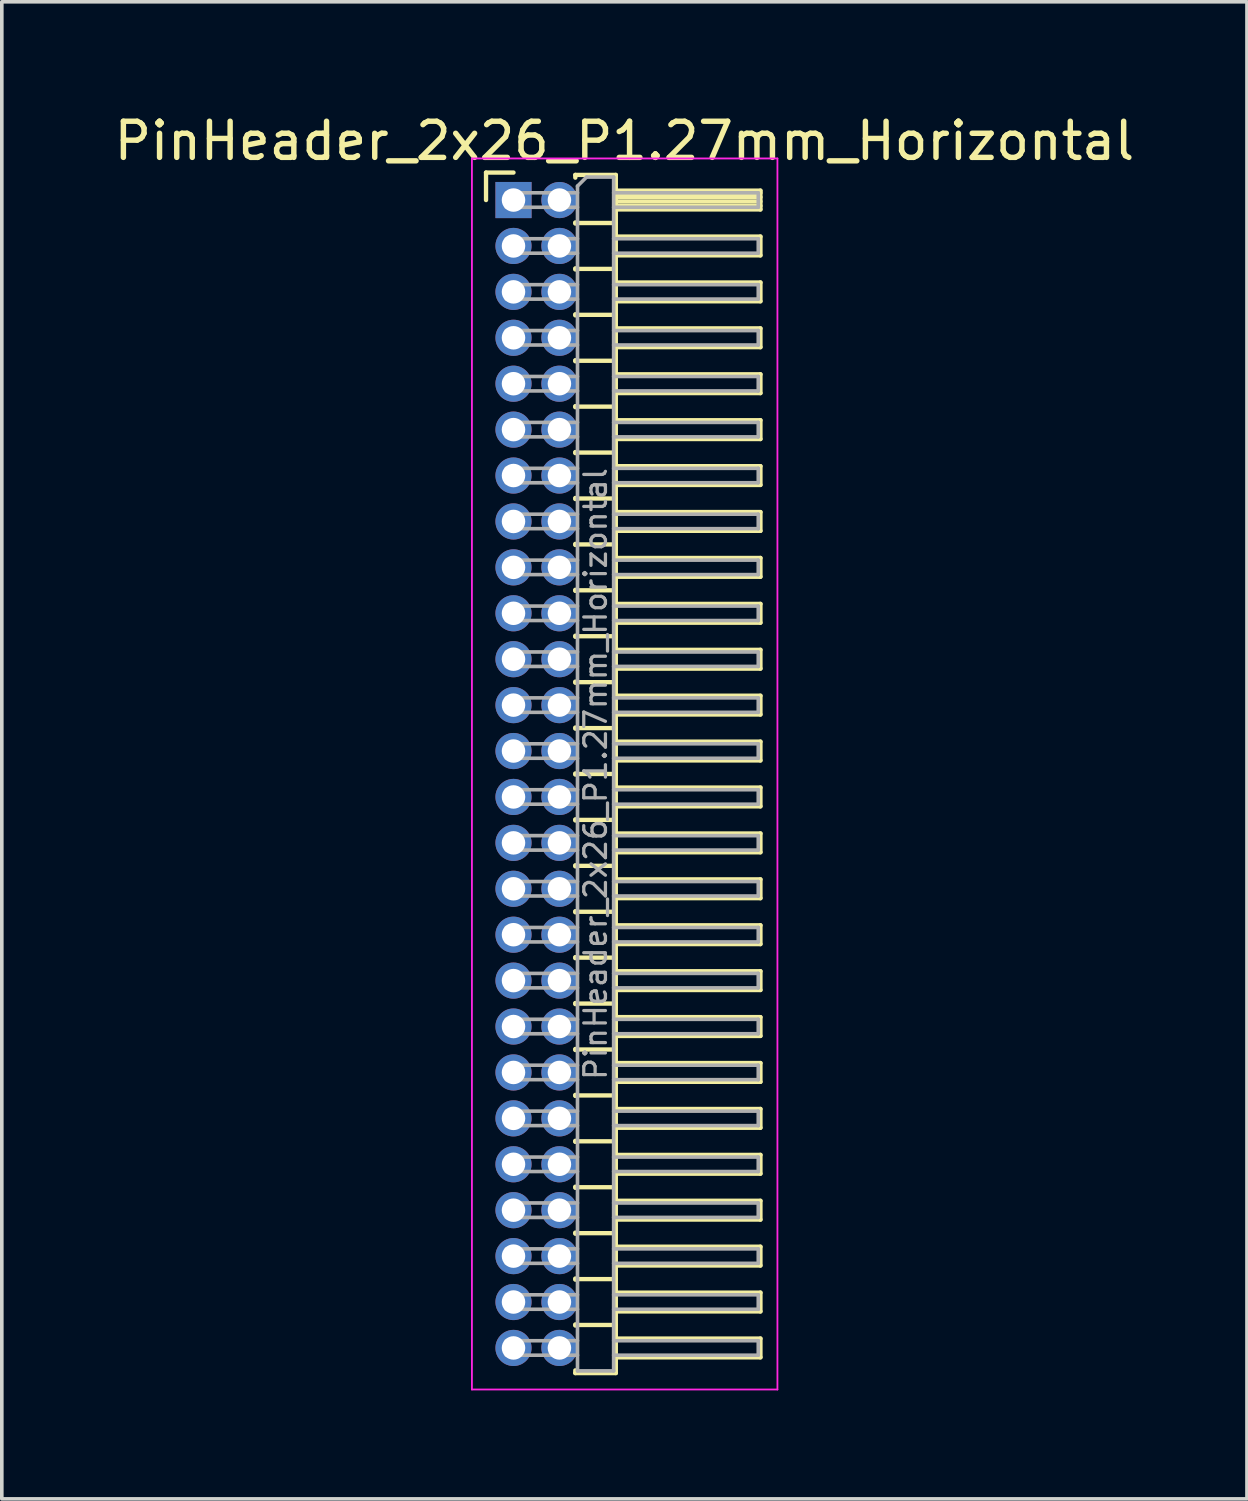
<source format=kicad_pcb>
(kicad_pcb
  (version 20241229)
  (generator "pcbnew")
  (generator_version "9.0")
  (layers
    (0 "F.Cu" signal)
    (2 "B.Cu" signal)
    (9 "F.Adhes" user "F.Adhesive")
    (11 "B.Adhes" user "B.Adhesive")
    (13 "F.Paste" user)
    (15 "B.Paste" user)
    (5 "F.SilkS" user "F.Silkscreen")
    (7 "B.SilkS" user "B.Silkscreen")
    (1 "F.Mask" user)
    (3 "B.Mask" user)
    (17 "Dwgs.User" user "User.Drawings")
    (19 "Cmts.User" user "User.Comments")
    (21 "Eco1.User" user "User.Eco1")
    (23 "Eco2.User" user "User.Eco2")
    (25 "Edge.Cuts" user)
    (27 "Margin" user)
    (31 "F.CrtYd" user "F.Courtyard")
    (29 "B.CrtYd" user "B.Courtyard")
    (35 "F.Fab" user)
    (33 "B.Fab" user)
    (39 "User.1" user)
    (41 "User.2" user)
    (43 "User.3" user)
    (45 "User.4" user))
  (footprint "PinHeader_2x26_P1.27mm_Horizontal"
    (layer "F.Cu")
    (at 11.153 2.483)
    (property "Reference" "PinHeader_2x26_P1.27mm_Horizontal" (at 3.067 -1.635 0) (layer "F.SilkS") (effects (font (size 1 1) (thickness 0.15))))
    (attr through_hole)
    (fp_line (start -0.76 -0.76) (end 0 -0.76) (stroke (width 0.12) (type solid)) (layer "F.SilkS"))
    (fp_line (start -0.76 0) (end -0.76 -0.76) (stroke (width 0.12) (type solid)) (layer "F.SilkS"))
    (fp_line (start 1.71 -0.695) (end 2.83 -0.695) (stroke (width 0.12) (type solid)) (layer "F.SilkS"))
    (fp_line (start 1.71 -0.62) (end 1.71 -0.695) (stroke (width 0.12) (type solid)) (layer "F.SilkS"))
    (fp_line (start 1.71 0.62) (end 1.71 0.65) (stroke (width 0.12) (type solid)) (layer "F.SilkS"))
    (fp_line (start 1.71 0.635) (end 2.83 0.635) (stroke (width 0.12) (type solid)) (layer "F.SilkS"))
    (fp_line (start 1.71 1.89) (end 1.71 1.92) (stroke (width 0.12) (type solid)) (layer "F.SilkS"))
    (fp_line (start 1.71 1.905) (end 2.83 1.905) (stroke (width 0.12) (type solid)) (layer "F.SilkS"))
    (fp_line (start 1.71 3.16) (end 1.71 3.19) (stroke (width 0.12) (type solid)) (layer "F.SilkS"))
    (fp_line (start 1.71 3.175) (end 2.83 3.175) (stroke (width 0.12) (type solid)) (layer "F.SilkS"))
    (fp_line (start 1.71 4.43) (end 1.71 4.46) (stroke (width 0.12) (type solid)) (layer "F.SilkS"))
    (fp_line (start 1.71 4.445) (end 2.83 4.445) (stroke (width 0.12) (type solid)) (layer "F.SilkS"))
    (fp_line (start 1.71 5.7) (end 1.71 5.73) (stroke (width 0.12) (type solid)) (layer "F.SilkS"))
    (fp_line (start 1.71 5.715) (end 2.83 5.715) (stroke (width 0.12) (type solid)) (layer "F.SilkS"))
    (fp_line (start 1.71 6.97) (end 1.71 7) (stroke (width 0.12) (type solid)) (layer "F.SilkS"))
    (fp_line (start 1.71 6.985) (end 2.83 6.985) (stroke (width 0.12) (type solid)) (layer "F.SilkS"))
    (fp_line (start 1.71 8.24) (end 1.71 8.27) (stroke (width 0.12) (type solid)) (layer "F.SilkS"))
    (fp_line (start 1.71 8.255) (end 2.83 8.255) (stroke (width 0.12) (type solid)) (layer "F.SilkS"))
    (fp_line (start 1.71 9.51) (end 1.71 9.54) (stroke (width 0.12) (type solid)) (layer "F.SilkS"))
    (fp_line (start 1.71 9.525) (end 2.83 9.525) (stroke (width 0.12) (type solid)) (layer "F.SilkS"))
    (fp_line (start 1.71 10.78) (end 1.71 10.81) (stroke (width 0.12) (type solid)) (layer "F.SilkS"))
    (fp_line (start 1.71 10.795) (end 2.83 10.795) (stroke (width 0.12) (type solid)) (layer "F.SilkS"))
    (fp_line (start 1.71 12.05) (end 1.71 12.08) (stroke (width 0.12) (type solid)) (layer "F.SilkS"))
    (fp_line (start 1.71 12.065) (end 2.83 12.065) (stroke (width 0.12) (type solid)) (layer "F.SilkS"))
    (fp_line (start 1.71 13.32) (end 1.71 13.35) (stroke (width 0.12) (type solid)) (layer "F.SilkS"))
    (fp_line (start 1.71 13.335) (end 2.83 13.335) (stroke (width 0.12) (type solid)) (layer "F.SilkS"))
    (fp_line (start 1.71 14.59) (end 1.71 14.62) (stroke (width 0.12) (type solid)) (layer "F.SilkS"))
    (fp_line (start 1.71 14.605) (end 2.83 14.605) (stroke (width 0.12) (type solid)) (layer "F.SilkS"))
    (fp_line (start 1.71 15.86) (end 1.71 15.89) (stroke (width 0.12) (type solid)) (layer "F.SilkS"))
    (fp_line (start 1.71 15.875) (end 2.83 15.875) (stroke (width 0.12) (type solid)) (layer "F.SilkS"))
    (fp_line (start 1.71 17.13) (end 1.71 17.16) (stroke (width 0.12) (type solid)) (layer "F.SilkS"))
    (fp_line (start 1.71 17.145) (end 2.83 17.145) (stroke (width 0.12) (type solid)) (layer "F.SilkS"))
    (fp_line (start 1.71 18.4) (end 1.71 18.43) (stroke (width 0.12) (type solid)) (layer "F.SilkS"))
    (fp_line (start 1.71 18.415) (end 2.83 18.415) (stroke (width 0.12) (type solid)) (layer "F.SilkS"))
    (fp_line (start 1.71 19.67) (end 1.71 19.7) (stroke (width 0.12) (type solid)) (layer "F.SilkS"))
    (fp_line (start 1.71 19.685) (end 2.83 19.685) (stroke (width 0.12) (type solid)) (layer "F.SilkS"))
    (fp_line (start 1.71 20.94) (end 1.71 20.97) (stroke (width 0.12) (type solid)) (layer "F.SilkS"))
    (fp_line (start 1.71 20.955) (end 2.83 20.955) (stroke (width 0.12) (type solid)) (layer "F.SilkS"))
    (fp_line (start 1.71 22.21) (end 1.71 22.24) (stroke (width 0.12) (type solid)) (layer "F.SilkS"))
    (fp_line (start 1.71 22.225) (end 2.83 22.225) (stroke (width 0.12) (type solid)) (layer "F.SilkS"))
    (fp_line (start 1.71 23.48) (end 1.71 23.51) (stroke (width 0.12) (type solid)) (layer "F.SilkS"))
    (fp_line (start 1.71 23.495) (end 2.83 23.495) (stroke (width 0.12) (type solid)) (layer "F.SilkS"))
    (fp_line (start 1.71 24.75) (end 1.71 24.78) (stroke (width 0.12) (type solid)) (layer "F.SilkS"))
    (fp_line (start 1.71 24.765) (end 2.83 24.765) (stroke (width 0.12) (type solid)) (layer "F.SilkS"))
    (fp_line (start 1.71 26.02) (end 1.71 26.05) (stroke (width 0.12) (type solid)) (layer "F.SilkS"))
    (fp_line (start 1.71 26.035) (end 2.83 26.035) (stroke (width 0.12) (type solid)) (layer "F.SilkS"))
    (fp_line (start 1.71 27.29) (end 1.71 27.32) (stroke (width 0.12) (type solid)) (layer "F.SilkS"))
    (fp_line (start 1.71 27.305) (end 2.83 27.305) (stroke (width 0.12) (type solid)) (layer "F.SilkS"))
    (fp_line (start 1.71 28.56) (end 1.71 28.59) (stroke (width 0.12) (type solid)) (layer "F.SilkS"))
    (fp_line (start 1.71 28.575) (end 2.83 28.575) (stroke (width 0.12) (type solid)) (layer "F.SilkS"))
    (fp_line (start 1.71 29.83) (end 1.71 29.86) (stroke (width 0.12) (type solid)) (layer "F.SilkS"))
    (fp_line (start 1.71 29.845) (end 2.83 29.845) (stroke (width 0.12) (type solid)) (layer "F.SilkS"))
    (fp_line (start 1.71 31.1) (end 1.71 31.13) (stroke (width 0.12) (type solid)) (layer "F.SilkS"))
    (fp_line (start 1.71 31.115) (end 2.83 31.115) (stroke (width 0.12) (type solid)) (layer "F.SilkS"))
    (fp_line (start 1.71 32.445) (end 1.71 32.37) (stroke (width 0.12) (type solid)) (layer "F.SilkS"))
    (fp_line (start 2.83 -0.695) (end 2.83 32.445) (stroke (width 0.12) (type solid)) (layer "F.SilkS"))
    (fp_line (start 2.83 -0.26) (end 6.83 -0.26) (stroke (width 0.12) (type solid)) (layer "F.SilkS"))
    (fp_line (start 2.83 -0.2) (end 6.83 -0.2) (stroke (width 0.12) (type solid)) (layer "F.SilkS"))
    (fp_line (start 2.83 -0.08) (end 6.83 -0.08) (stroke (width 0.12) (type solid)) (layer "F.SilkS"))
    (fp_line (start 2.83 0.04) (end 6.83 0.04) (stroke (width 0.12) (type solid)) (layer "F.SilkS"))
    (fp_line (start 2.83 0.16) (end 6.83 0.16) (stroke (width 0.12) (type solid)) (layer "F.SilkS"))
    (fp_line (start 2.83 1.01) (end 6.83 1.01) (stroke (width 0.12) (type solid)) (layer "F.SilkS"))
    (fp_line (start 2.83 2.28) (end 6.83 2.28) (stroke (width 0.12) (type solid)) (layer "F.SilkS"))
    (fp_line (start 2.83 3.55) (end 6.83 3.55) (stroke (width 0.12) (type solid)) (layer "F.SilkS"))
    (fp_line (start 2.83 4.82) (end 6.83 4.82) (stroke (width 0.12) (type solid)) (layer "F.SilkS"))
    (fp_line (start 2.83 6.09) (end 6.83 6.09) (stroke (width 0.12) (type solid)) (layer "F.SilkS"))
    (fp_line (start 2.83 7.36) (end 6.83 7.36) (stroke (width 0.12) (type solid)) (layer "F.SilkS"))
    (fp_line (start 2.83 8.63) (end 6.83 8.63) (stroke (width 0.12) (type solid)) (layer "F.SilkS"))
    (fp_line (start 2.83 9.9) (end 6.83 9.9) (stroke (width 0.12) (type solid)) (layer "F.SilkS"))
    (fp_line (start 2.83 11.17) (end 6.83 11.17) (stroke (width 0.12) (type solid)) (layer "F.SilkS"))
    (fp_line (start 2.83 12.44) (end 6.83 12.44) (stroke (width 0.12) (type solid)) (layer "F.SilkS"))
    (fp_line (start 2.83 13.71) (end 6.83 13.71) (stroke (width 0.12) (type solid)) (layer "F.SilkS"))
    (fp_line (start 2.83 14.98) (end 6.83 14.98) (stroke (width 0.12) (type solid)) (layer "F.SilkS"))
    (fp_line (start 2.83 16.25) (end 6.83 16.25) (stroke (width 0.12) (type solid)) (layer "F.SilkS"))
    (fp_line (start 2.83 17.52) (end 6.83 17.52) (stroke (width 0.12) (type solid)) (layer "F.SilkS"))
    (fp_line (start 2.83 18.79) (end 6.83 18.79) (stroke (width 0.12) (type solid)) (layer "F.SilkS"))
    (fp_line (start 2.83 20.06) (end 6.83 20.06) (stroke (width 0.12) (type solid)) (layer "F.SilkS"))
    (fp_line (start 2.83 21.33) (end 6.83 21.33) (stroke (width 0.12) (type solid)) (layer "F.SilkS"))
    (fp_line (start 2.83 22.6) (end 6.83 22.6) (stroke (width 0.12) (type solid)) (layer "F.SilkS"))
    (fp_line (start 2.83 23.87) (end 6.83 23.87) (stroke (width 0.12) (type solid)) (layer "F.SilkS"))
    (fp_line (start 2.83 25.14) (end 6.83 25.14) (stroke (width 0.12) (type solid)) (layer "F.SilkS"))
    (fp_line (start 2.83 26.41) (end 6.83 26.41) (stroke (width 0.12) (type solid)) (layer "F.SilkS"))
    (fp_line (start 2.83 27.68) (end 6.83 27.68) (stroke (width 0.12) (type solid)) (layer "F.SilkS"))
    (fp_line (start 2.83 28.95) (end 6.83 28.95) (stroke (width 0.12) (type solid)) (layer "F.SilkS"))
    (fp_line (start 2.83 30.22) (end 6.83 30.22) (stroke (width 0.12) (type solid)) (layer "F.SilkS"))
    (fp_line (start 2.83 31.49) (end 6.83 31.49) (stroke (width 0.12) (type solid)) (layer "F.SilkS"))
    (fp_line (start 2.83 32.445) (end 1.71 32.445) (stroke (width 0.12) (type solid)) (layer "F.SilkS"))
    (fp_line (start 6.83 -0.26) (end 6.83 0.26) (stroke (width 0.12) (type solid)) (layer "F.SilkS"))
    (fp_line (start 6.83 0.26) (end 2.83 0.26) (stroke (width 0.12) (type solid)) (layer "F.SilkS"))
    (fp_line (start 6.83 1.01) (end 6.83 1.53) (stroke (width 0.12) (type solid)) (layer "F.SilkS"))
    (fp_line (start 6.83 1.53) (end 2.83 1.53) (stroke (width 0.12) (type solid)) (layer "F.SilkS"))
    (fp_line (start 6.83 2.28) (end 6.83 2.8) (stroke (width 0.12) (type solid)) (layer "F.SilkS"))
    (fp_line (start 6.83 2.8) (end 2.83 2.8) (stroke (width 0.12) (type solid)) (layer "F.SilkS"))
    (fp_line (start 6.83 3.55) (end 6.83 4.07) (stroke (width 0.12) (type solid)) (layer "F.SilkS"))
    (fp_line (start 6.83 4.07) (end 2.83 4.07) (stroke (width 0.12) (type solid)) (layer "F.SilkS"))
    (fp_line (start 6.83 4.82) (end 6.83 5.34) (stroke (width 0.12) (type solid)) (layer "F.SilkS"))
    (fp_line (start 6.83 5.34) (end 2.83 5.34) (stroke (width 0.12) (type solid)) (layer "F.SilkS"))
    (fp_line (start 6.83 6.09) (end 6.83 6.61) (stroke (width 0.12) (type solid)) (layer "F.SilkS"))
    (fp_line (start 6.83 6.61) (end 2.83 6.61) (stroke (width 0.12) (type solid)) (layer "F.SilkS"))
    (fp_line (start 6.83 7.36) (end 6.83 7.88) (stroke (width 0.12) (type solid)) (layer "F.SilkS"))
    (fp_line (start 6.83 7.88) (end 2.83 7.88) (stroke (width 0.12) (type solid)) (layer "F.SilkS"))
    (fp_line (start 6.83 8.63) (end 6.83 9.15) (stroke (width 0.12) (type solid)) (layer "F.SilkS"))
    (fp_line (start 6.83 9.15) (end 2.83 9.15) (stroke (width 0.12) (type solid)) (layer "F.SilkS"))
    (fp_line (start 6.83 9.9) (end 6.83 10.42) (stroke (width 0.12) (type solid)) (layer "F.SilkS"))
    (fp_line (start 6.83 10.42) (end 2.83 10.42) (stroke (width 0.12) (type solid)) (layer "F.SilkS"))
    (fp_line (start 6.83 11.17) (end 6.83 11.69) (stroke (width 0.12) (type solid)) (layer "F.SilkS"))
    (fp_line (start 6.83 11.69) (end 2.83 11.69) (stroke (width 0.12) (type solid)) (layer "F.SilkS"))
    (fp_line (start 6.83 12.44) (end 6.83 12.96) (stroke (width 0.12) (type solid)) (layer "F.SilkS"))
    (fp_line (start 6.83 12.96) (end 2.83 12.96) (stroke (width 0.12) (type solid)) (layer "F.SilkS"))
    (fp_line (start 6.83 13.71) (end 6.83 14.23) (stroke (width 0.12) (type solid)) (layer "F.SilkS"))
    (fp_line (start 6.83 14.23) (end 2.83 14.23) (stroke (width 0.12) (type solid)) (layer "F.SilkS"))
    (fp_line (start 6.83 14.98) (end 6.83 15.5) (stroke (width 0.12) (type solid)) (layer "F.SilkS"))
    (fp_line (start 6.83 15.5) (end 2.83 15.5) (stroke (width 0.12) (type solid)) (layer "F.SilkS"))
    (fp_line (start 6.83 16.25) (end 6.83 16.77) (stroke (width 0.12) (type solid)) (layer "F.SilkS"))
    (fp_line (start 6.83 16.77) (end 2.83 16.77) (stroke (width 0.12) (type solid)) (layer "F.SilkS"))
    (fp_line (start 6.83 17.52) (end 6.83 18.04) (stroke (width 0.12) (type solid)) (layer "F.SilkS"))
    (fp_line (start 6.83 18.04) (end 2.83 18.04) (stroke (width 0.12) (type solid)) (layer "F.SilkS"))
    (fp_line (start 6.83 18.79) (end 6.83 19.31) (stroke (width 0.12) (type solid)) (layer "F.SilkS"))
    (fp_line (start 6.83 19.31) (end 2.83 19.31) (stroke (width 0.12) (type solid)) (layer "F.SilkS"))
    (fp_line (start 6.83 20.06) (end 6.83 20.58) (stroke (width 0.12) (type solid)) (layer "F.SilkS"))
    (fp_line (start 6.83 20.58) (end 2.83 20.58) (stroke (width 0.12) (type solid)) (layer "F.SilkS"))
    (fp_line (start 6.83 21.33) (end 6.83 21.85) (stroke (width 0.12) (type solid)) (layer "F.SilkS"))
    (fp_line (start 6.83 21.85) (end 2.83 21.85) (stroke (width 0.12) (type solid)) (layer "F.SilkS"))
    (fp_line (start 6.83 22.6) (end 6.83 23.12) (stroke (width 0.12) (type solid)) (layer "F.SilkS"))
    (fp_line (start 6.83 23.12) (end 2.83 23.12) (stroke (width 0.12) (type solid)) (layer "F.SilkS"))
    (fp_line (start 6.83 23.87) (end 6.83 24.39) (stroke (width 0.12) (type solid)) (layer "F.SilkS"))
    (fp_line (start 6.83 24.39) (end 2.83 24.39) (stroke (width 0.12) (type solid)) (layer "F.SilkS"))
    (fp_line (start 6.83 25.14) (end 6.83 25.66) (stroke (width 0.12) (type solid)) (layer "F.SilkS"))
    (fp_line (start 6.83 25.66) (end 2.83 25.66) (stroke (width 0.12) (type solid)) (layer "F.SilkS"))
    (fp_line (start 6.83 26.41) (end 6.83 26.93) (stroke (width 0.12) (type solid)) (layer "F.SilkS"))
    (fp_line (start 6.83 26.93) (end 2.83 26.93) (stroke (width 0.12) (type solid)) (layer "F.SilkS"))
    (fp_line (start 6.83 27.68) (end 6.83 28.2) (stroke (width 0.12) (type solid)) (layer "F.SilkS"))
    (fp_line (start 6.83 28.2) (end 2.83 28.2) (stroke (width 0.12) (type solid)) (layer "F.SilkS"))
    (fp_line (start 6.83 28.95) (end 6.83 29.47) (stroke (width 0.12) (type solid)) (layer "F.SilkS"))
    (fp_line (start 6.83 29.47) (end 2.83 29.47) (stroke (width 0.12) (type solid)) (layer "F.SilkS"))
    (fp_line (start 6.83 30.22) (end 6.83 30.74) (stroke (width 0.12) (type solid)) (layer "F.SilkS"))
    (fp_line (start 6.83 30.74) (end 2.83 30.74) (stroke (width 0.12) (type solid)) (layer "F.SilkS"))
    (fp_line (start 6.83 31.49) (end 6.83 32.01) (stroke (width 0.12) (type solid)) (layer "F.SilkS"))
    (fp_line (start 6.83 32.01) (end 2.83 32.01) (stroke (width 0.12) (type solid)) (layer "F.SilkS"))
    (fp_line (start -1.15 -1.15) (end -1.15 32.9) (stroke (width 0.05) (type solid)) (layer "F.CrtYd"))
    (fp_line (start -1.15 32.9) (end 7.3 32.9) (stroke (width 0.05) (type solid)) (layer "F.CrtYd"))
    (fp_line (start 7.3 -1.15) (end -1.15 -1.15) (stroke (width 0.05) (type solid)) (layer "F.CrtYd"))
    (fp_line (start 7.3 32.9) (end 7.3 -1.15) (stroke (width 0.05) (type solid)) (layer "F.CrtYd"))
    (fp_line (start -0.2 -0.2) (end -0.2 0.2) (stroke (width 0.1) (type solid)) (layer "F.Fab"))
    (fp_line (start -0.2 -0.2) (end 1.77 -0.2) (stroke (width 0.1) (type solid)) (layer "F.Fab"))
    (fp_line (start -0.2 0.2) (end 1.77 0.2) (stroke (width 0.1) (type solid)) (layer "F.Fab"))
    (fp_line (start -0.2 1.07) (end -0.2 1.47) (stroke (width 0.1) (type solid)) (layer "F.Fab"))
    (fp_line (start -0.2 1.07) (end 1.77 1.07) (stroke (width 0.1) (type solid)) (layer "F.Fab"))
    (fp_line (start -0.2 1.47) (end 1.77 1.47) (stroke (width 0.1) (type solid)) (layer "F.Fab"))
    (fp_line (start -0.2 2.34) (end -0.2 2.74) (stroke (width 0.1) (type solid)) (layer "F.Fab"))
    (fp_line (start -0.2 2.34) (end 1.77 2.34) (stroke (width 0.1) (type solid)) (layer "F.Fab"))
    (fp_line (start -0.2 2.74) (end 1.77 2.74) (stroke (width 0.1) (type solid)) (layer "F.Fab"))
    (fp_line (start -0.2 3.61) (end -0.2 4.01) (stroke (width 0.1) (type solid)) (layer "F.Fab"))
    (fp_line (start -0.2 3.61) (end 1.77 3.61) (stroke (width 0.1) (type solid)) (layer "F.Fab"))
    (fp_line (start -0.2 4.01) (end 1.77 4.01) (stroke (width 0.1) (type solid)) (layer "F.Fab"))
    (fp_line (start -0.2 4.88) (end -0.2 5.28) (stroke (width 0.1) (type solid)) (layer "F.Fab"))
    (fp_line (start -0.2 4.88) (end 1.77 4.88) (stroke (width 0.1) (type solid)) (layer "F.Fab"))
    (fp_line (start -0.2 5.28) (end 1.77 5.28) (stroke (width 0.1) (type solid)) (layer "F.Fab"))
    (fp_line (start -0.2 6.15) (end -0.2 6.55) (stroke (width 0.1) (type solid)) (layer "F.Fab"))
    (fp_line (start -0.2 6.15) (end 1.77 6.15) (stroke (width 0.1) (type solid)) (layer "F.Fab"))
    (fp_line (start -0.2 6.55) (end 1.77 6.55) (stroke (width 0.1) (type solid)) (layer "F.Fab"))
    (fp_line (start -0.2 7.42) (end -0.2 7.82) (stroke (width 0.1) (type solid)) (layer "F.Fab"))
    (fp_line (start -0.2 7.42) (end 1.77 7.42) (stroke (width 0.1) (type solid)) (layer "F.Fab"))
    (fp_line (start -0.2 7.82) (end 1.77 7.82) (stroke (width 0.1) (type solid)) (layer "F.Fab"))
    (fp_line (start -0.2 8.69) (end -0.2 9.09) (stroke (width 0.1) (type solid)) (layer "F.Fab"))
    (fp_line (start -0.2 8.69) (end 1.77 8.69) (stroke (width 0.1) (type solid)) (layer "F.Fab"))
    (fp_line (start -0.2 9.09) (end 1.77 9.09) (stroke (width 0.1) (type solid)) (layer "F.Fab"))
    (fp_line (start -0.2 9.96) (end -0.2 10.36) (stroke (width 0.1) (type solid)) (layer "F.Fab"))
    (fp_line (start -0.2 9.96) (end 1.77 9.96) (stroke (width 0.1) (type solid)) (layer "F.Fab"))
    (fp_line (start -0.2 10.36) (end 1.77 10.36) (stroke (width 0.1) (type solid)) (layer "F.Fab"))
    (fp_line (start -0.2 11.23) (end -0.2 11.63) (stroke (width 0.1) (type solid)) (layer "F.Fab"))
    (fp_line (start -0.2 11.23) (end 1.77 11.23) (stroke (width 0.1) (type solid)) (layer "F.Fab"))
    (fp_line (start -0.2 11.63) (end 1.77 11.63) (stroke (width 0.1) (type solid)) (layer "F.Fab"))
    (fp_line (start -0.2 12.5) (end -0.2 12.9) (stroke (width 0.1) (type solid)) (layer "F.Fab"))
    (fp_line (start -0.2 12.5) (end 1.77 12.5) (stroke (width 0.1) (type solid)) (layer "F.Fab"))
    (fp_line (start -0.2 12.9) (end 1.77 12.9) (stroke (width 0.1) (type solid)) (layer "F.Fab"))
    (fp_line (start -0.2 13.77) (end -0.2 14.17) (stroke (width 0.1) (type solid)) (layer "F.Fab"))
    (fp_line (start -0.2 13.77) (end 1.77 13.77) (stroke (width 0.1) (type solid)) (layer "F.Fab"))
    (fp_line (start -0.2 14.17) (end 1.77 14.17) (stroke (width 0.1) (type solid)) (layer "F.Fab"))
    (fp_line (start -0.2 15.04) (end -0.2 15.44) (stroke (width 0.1) (type solid)) (layer "F.Fab"))
    (fp_line (start -0.2 15.04) (end 1.77 15.04) (stroke (width 0.1) (type solid)) (layer "F.Fab"))
    (fp_line (start -0.2 15.44) (end 1.77 15.44) (stroke (width 0.1) (type solid)) (layer "F.Fab"))
    (fp_line (start -0.2 16.31) (end -0.2 16.71) (stroke (width 0.1) (type solid)) (layer "F.Fab"))
    (fp_line (start -0.2 16.31) (end 1.77 16.31) (stroke (width 0.1) (type solid)) (layer "F.Fab"))
    (fp_line (start -0.2 16.71) (end 1.77 16.71) (stroke (width 0.1) (type solid)) (layer "F.Fab"))
    (fp_line (start -0.2 17.58) (end -0.2 17.98) (stroke (width 0.1) (type solid)) (layer "F.Fab"))
    (fp_line (start -0.2 17.58) (end 1.77 17.58) (stroke (width 0.1) (type solid)) (layer "F.Fab"))
    (fp_line (start -0.2 17.98) (end 1.77 17.98) (stroke (width 0.1) (type solid)) (layer "F.Fab"))
    (fp_line (start -0.2 18.85) (end -0.2 19.25) (stroke (width 0.1) (type solid)) (layer "F.Fab"))
    (fp_line (start -0.2 18.85) (end 1.77 18.85) (stroke (width 0.1) (type solid)) (layer "F.Fab"))
    (fp_line (start -0.2 19.25) (end 1.77 19.25) (stroke (width 0.1) (type solid)) (layer "F.Fab"))
    (fp_line (start -0.2 20.12) (end -0.2 20.52) (stroke (width 0.1) (type solid)) (layer "F.Fab"))
    (fp_line (start -0.2 20.12) (end 1.77 20.12) (stroke (width 0.1) (type solid)) (layer "F.Fab"))
    (fp_line (start -0.2 20.52) (end 1.77 20.52) (stroke (width 0.1) (type solid)) (layer "F.Fab"))
    (fp_line (start -0.2 21.39) (end -0.2 21.79) (stroke (width 0.1) (type solid)) (layer "F.Fab"))
    (fp_line (start -0.2 21.39) (end 1.77 21.39) (stroke (width 0.1) (type solid)) (layer "F.Fab"))
    (fp_line (start -0.2 21.79) (end 1.77 21.79) (stroke (width 0.1) (type solid)) (layer "F.Fab"))
    (fp_line (start -0.2 22.66) (end -0.2 23.06) (stroke (width 0.1) (type solid)) (layer "F.Fab"))
    (fp_line (start -0.2 22.66) (end 1.77 22.66) (stroke (width 0.1) (type solid)) (layer "F.Fab"))
    (fp_line (start -0.2 23.06) (end 1.77 23.06) (stroke (width 0.1) (type solid)) (layer "F.Fab"))
    (fp_line (start -0.2 23.93) (end -0.2 24.33) (stroke (width 0.1) (type solid)) (layer "F.Fab"))
    (fp_line (start -0.2 23.93) (end 1.77 23.93) (stroke (width 0.1) (type solid)) (layer "F.Fab"))
    (fp_line (start -0.2 24.33) (end 1.77 24.33) (stroke (width 0.1) (type solid)) (layer "F.Fab"))
    (fp_line (start -0.2 25.2) (end -0.2 25.6) (stroke (width 0.1) (type solid)) (layer "F.Fab"))
    (fp_line (start -0.2 25.2) (end 1.77 25.2) (stroke (width 0.1) (type solid)) (layer "F.Fab"))
    (fp_line (start -0.2 25.6) (end 1.77 25.6) (stroke (width 0.1) (type solid)) (layer "F.Fab"))
    (fp_line (start -0.2 26.47) (end -0.2 26.87) (stroke (width 0.1) (type solid)) (layer "F.Fab"))
    (fp_line (start -0.2 26.47) (end 1.77 26.47) (stroke (width 0.1) (type solid)) (layer "F.Fab"))
    (fp_line (start -0.2 26.87) (end 1.77 26.87) (stroke (width 0.1) (type solid)) (layer "F.Fab"))
    (fp_line (start -0.2 27.74) (end -0.2 28.14) (stroke (width 0.1) (type solid)) (layer "F.Fab"))
    (fp_line (start -0.2 27.74) (end 1.77 27.74) (stroke (width 0.1) (type solid)) (layer "F.Fab"))
    (fp_line (start -0.2 28.14) (end 1.77 28.14) (stroke (width 0.1) (type solid)) (layer "F.Fab"))
    (fp_line (start -0.2 29.01) (end -0.2 29.41) (stroke (width 0.1) (type solid)) (layer "F.Fab"))
    (fp_line (start -0.2 29.01) (end 1.77 29.01) (stroke (width 0.1) (type solid)) (layer "F.Fab"))
    (fp_line (start -0.2 29.41) (end 1.77 29.41) (stroke (width 0.1) (type solid)) (layer "F.Fab"))
    (fp_line (start -0.2 30.28) (end -0.2 30.68) (stroke (width 0.1) (type solid)) (layer "F.Fab"))
    (fp_line (start -0.2 30.28) (end 1.77 30.28) (stroke (width 0.1) (type solid)) (layer "F.Fab"))
    (fp_line (start -0.2 30.68) (end 1.77 30.68) (stroke (width 0.1) (type solid)) (layer "F.Fab"))
    (fp_line (start -0.2 31.55) (end -0.2 31.95) (stroke (width 0.1) (type solid)) (layer "F.Fab"))
    (fp_line (start -0.2 31.55) (end 1.77 31.55) (stroke (width 0.1) (type solid)) (layer "F.Fab"))
    (fp_line (start -0.2 31.95) (end 1.77 31.95) (stroke (width 0.1) (type solid)) (layer "F.Fab"))
    (fp_line (start 1.77 -0.385) (end 2.02 -0.635) (stroke (width 0.1) (type solid)) (layer "F.Fab"))
    (fp_line (start 1.77 32.385) (end 1.77 -0.385) (stroke (width 0.1) (type solid)) (layer "F.Fab"))
    (fp_line (start 2.02 -0.635) (end 2.77 -0.635) (stroke (width 0.1) (type solid)) (layer "F.Fab"))
    (fp_line (start 2.77 -0.635) (end 2.77 32.385) (stroke (width 0.1) (type solid)) (layer "F.Fab"))
    (fp_line (start 2.77 -0.2) (end 6.77 -0.2) (stroke (width 0.1) (type solid)) (layer "F.Fab"))
    (fp_line (start 2.77 0.2) (end 6.77 0.2) (stroke (width 0.1) (type solid)) (layer "F.Fab"))
    (fp_line (start 2.77 1.07) (end 6.77 1.07) (stroke (width 0.1) (type solid)) (layer "F.Fab"))
    (fp_line (start 2.77 1.47) (end 6.77 1.47) (stroke (width 0.1) (type solid)) (layer "F.Fab"))
    (fp_line (start 2.77 2.34) (end 6.77 2.34) (stroke (width 0.1) (type solid)) (layer "F.Fab"))
    (fp_line (start 2.77 2.74) (end 6.77 2.74) (stroke (width 0.1) (type solid)) (layer "F.Fab"))
    (fp_line (start 2.77 3.61) (end 6.77 3.61) (stroke (width 0.1) (type solid)) (layer "F.Fab"))
    (fp_line (start 2.77 4.01) (end 6.77 4.01) (stroke (width 0.1) (type solid)) (layer "F.Fab"))
    (fp_line (start 2.77 4.88) (end 6.77 4.88) (stroke (width 0.1) (type solid)) (layer "F.Fab"))
    (fp_line (start 2.77 5.28) (end 6.77 5.28) (stroke (width 0.1) (type solid)) (layer "F.Fab"))
    (fp_line (start 2.77 6.15) (end 6.77 6.15) (stroke (width 0.1) (type solid)) (layer "F.Fab"))
    (fp_line (start 2.77 6.55) (end 6.77 6.55) (stroke (width 0.1) (type solid)) (layer "F.Fab"))
    (fp_line (start 2.77 7.42) (end 6.77 7.42) (stroke (width 0.1) (type solid)) (layer "F.Fab"))
    (fp_line (start 2.77 7.82) (end 6.77 7.82) (stroke (width 0.1) (type solid)) (layer "F.Fab"))
    (fp_line (start 2.77 8.69) (end 6.77 8.69) (stroke (width 0.1) (type solid)) (layer "F.Fab"))
    (fp_line (start 2.77 9.09) (end 6.77 9.09) (stroke (width 0.1) (type solid)) (layer "F.Fab"))
    (fp_line (start 2.77 9.96) (end 6.77 9.96) (stroke (width 0.1) (type solid)) (layer "F.Fab"))
    (fp_line (start 2.77 10.36) (end 6.77 10.36) (stroke (width 0.1) (type solid)) (layer "F.Fab"))
    (fp_line (start 2.77 11.23) (end 6.77 11.23) (stroke (width 0.1) (type solid)) (layer "F.Fab"))
    (fp_line (start 2.77 11.63) (end 6.77 11.63) (stroke (width 0.1) (type solid)) (layer "F.Fab"))
    (fp_line (start 2.77 12.5) (end 6.77 12.5) (stroke (width 0.1) (type solid)) (layer "F.Fab"))
    (fp_line (start 2.77 12.9) (end 6.77 12.9) (stroke (width 0.1) (type solid)) (layer "F.Fab"))
    (fp_line (start 2.77 13.77) (end 6.77 13.77) (stroke (width 0.1) (type solid)) (layer "F.Fab"))
    (fp_line (start 2.77 14.17) (end 6.77 14.17) (stroke (width 0.1) (type solid)) (layer "F.Fab"))
    (fp_line (start 2.77 15.04) (end 6.77 15.04) (stroke (width 0.1) (type solid)) (layer "F.Fab"))
    (fp_line (start 2.77 15.44) (end 6.77 15.44) (stroke (width 0.1) (type solid)) (layer "F.Fab"))
    (fp_line (start 2.77 16.31) (end 6.77 16.31) (stroke (width 0.1) (type solid)) (layer "F.Fab"))
    (fp_line (start 2.77 16.71) (end 6.77 16.71) (stroke (width 0.1) (type solid)) (layer "F.Fab"))
    (fp_line (start 2.77 17.58) (end 6.77 17.58) (stroke (width 0.1) (type solid)) (layer "F.Fab"))
    (fp_line (start 2.77 17.98) (end 6.77 17.98) (stroke (width 0.1) (type solid)) (layer "F.Fab"))
    (fp_line (start 2.77 18.85) (end 6.77 18.85) (stroke (width 0.1) (type solid)) (layer "F.Fab"))
    (fp_line (start 2.77 19.25) (end 6.77 19.25) (stroke (width 0.1) (type solid)) (layer "F.Fab"))
    (fp_line (start 2.77 20.12) (end 6.77 20.12) (stroke (width 0.1) (type solid)) (layer "F.Fab"))
    (fp_line (start 2.77 20.52) (end 6.77 20.52) (stroke (width 0.1) (type solid)) (layer "F.Fab"))
    (fp_line (start 2.77 21.39) (end 6.77 21.39) (stroke (width 0.1) (type solid)) (layer "F.Fab"))
    (fp_line (start 2.77 21.79) (end 6.77 21.79) (stroke (width 0.1) (type solid)) (layer "F.Fab"))
    (fp_line (start 2.77 22.66) (end 6.77 22.66) (stroke (width 0.1) (type solid)) (layer "F.Fab"))
    (fp_line (start 2.77 23.06) (end 6.77 23.06) (stroke (width 0.1) (type solid)) (layer "F.Fab"))
    (fp_line (start 2.77 23.93) (end 6.77 23.93) (stroke (width 0.1) (type solid)) (layer "F.Fab"))
    (fp_line (start 2.77 24.33) (end 6.77 24.33) (stroke (width 0.1) (type solid)) (layer "F.Fab"))
    (fp_line (start 2.77 25.2) (end 6.77 25.2) (stroke (width 0.1) (type solid)) (layer "F.Fab"))
    (fp_line (start 2.77 25.6) (end 6.77 25.6) (stroke (width 0.1) (type solid)) (layer "F.Fab"))
    (fp_line (start 2.77 26.47) (end 6.77 26.47) (stroke (width 0.1) (type solid)) (layer "F.Fab"))
    (fp_line (start 2.77 26.87) (end 6.77 26.87) (stroke (width 0.1) (type solid)) (layer "F.Fab"))
    (fp_line (start 2.77 27.74) (end 6.77 27.74) (stroke (width 0.1) (type solid)) (layer "F.Fab"))
    (fp_line (start 2.77 28.14) (end 6.77 28.14) (stroke (width 0.1) (type solid)) (layer "F.Fab"))
    (fp_line (start 2.77 29.01) (end 6.77 29.01) (stroke (width 0.1) (type solid)) (layer "F.Fab"))
    (fp_line (start 2.77 29.41) (end 6.77 29.41) (stroke (width 0.1) (type solid)) (layer "F.Fab"))
    (fp_line (start 2.77 30.28) (end 6.77 30.28) (stroke (width 0.1) (type solid)) (layer "F.Fab"))
    (fp_line (start 2.77 30.68) (end 6.77 30.68) (stroke (width 0.1) (type solid)) (layer "F.Fab"))
    (fp_line (start 2.77 31.55) (end 6.77 31.55) (stroke (width 0.1) (type solid)) (layer "F.Fab"))
    (fp_line (start 2.77 31.95) (end 6.77 31.95) (stroke (width 0.1) (type solid)) (layer "F.Fab"))
    (fp_line (start 2.77 32.385) (end 1.77 32.385) (stroke (width 0.1) (type solid)) (layer "F.Fab"))
    (fp_line (start 6.77 -0.2) (end 6.77 0.2) (stroke (width 0.1) (type solid)) (layer "F.Fab"))
    (fp_line (start 6.77 1.07) (end 6.77 1.47) (stroke (width 0.1) (type solid)) (layer "F.Fab"))
    (fp_line (start 6.77 2.34) (end 6.77 2.74) (stroke (width 0.1) (type solid)) (layer "F.Fab"))
    (fp_line (start 6.77 3.61) (end 6.77 4.01) (stroke (width 0.1) (type solid)) (layer "F.Fab"))
    (fp_line (start 6.77 4.88) (end 6.77 5.28) (stroke (width 0.1) (type solid)) (layer "F.Fab"))
    (fp_line (start 6.77 6.15) (end 6.77 6.55) (stroke (width 0.1) (type solid)) (layer "F.Fab"))
    (fp_line (start 6.77 7.42) (end 6.77 7.82) (stroke (width 0.1) (type solid)) (layer "F.Fab"))
    (fp_line (start 6.77 8.69) (end 6.77 9.09) (stroke (width 0.1) (type solid)) (layer "F.Fab"))
    (fp_line (start 6.77 9.96) (end 6.77 10.36) (stroke (width 0.1) (type solid)) (layer "F.Fab"))
    (fp_line (start 6.77 11.23) (end 6.77 11.63) (stroke (width 0.1) (type solid)) (layer "F.Fab"))
    (fp_line (start 6.77 12.5) (end 6.77 12.9) (stroke (width 0.1) (type solid)) (layer "F.Fab"))
    (fp_line (start 6.77 13.77) (end 6.77 14.17) (stroke (width 0.1) (type solid)) (layer "F.Fab"))
    (fp_line (start 6.77 15.04) (end 6.77 15.44) (stroke (width 0.1) (type solid)) (layer "F.Fab"))
    (fp_line (start 6.77 16.31) (end 6.77 16.71) (stroke (width 0.1) (type solid)) (layer "F.Fab"))
    (fp_line (start 6.77 17.58) (end 6.77 17.98) (stroke (width 0.1) (type solid)) (layer "F.Fab"))
    (fp_line (start 6.77 18.85) (end 6.77 19.25) (stroke (width 0.1) (type solid)) (layer "F.Fab"))
    (fp_line (start 6.77 20.12) (end 6.77 20.52) (stroke (width 0.1) (type solid)) (layer "F.Fab"))
    (fp_line (start 6.77 21.39) (end 6.77 21.79) (stroke (width 0.1) (type solid)) (layer "F.Fab"))
    (fp_line (start 6.77 22.66) (end 6.77 23.06) (stroke (width 0.1) (type solid)) (layer "F.Fab"))
    (fp_line (start 6.77 23.93) (end 6.77 24.33) (stroke (width 0.1) (type solid)) (layer "F.Fab"))
    (fp_line (start 6.77 25.2) (end 6.77 25.6) (stroke (width 0.1) (type solid)) (layer "F.Fab"))
    (fp_line (start 6.77 26.47) (end 6.77 26.87) (stroke (width 0.1) (type solid)) (layer "F.Fab"))
    (fp_line (start 6.77 27.74) (end 6.77 28.14) (stroke (width 0.1) (type solid)) (layer "F.Fab"))
    (fp_line (start 6.77 29.01) (end 6.77 29.41) (stroke (width 0.1) (type solid)) (layer "F.Fab"))
    (fp_line (start 6.77 30.28) (end 6.77 30.68) (stroke (width 0.1) (type solid)) (layer "F.Fab"))
    (fp_line (start 6.77 31.55) (end 6.77 31.95) (stroke (width 0.1) (type solid)) (layer "F.Fab"))
    (fp_text user "${REFERENCE}" (at 2.27 15.875 90) (layer "F.Fab") (effects (font (size 0.6 0.6) (thickness 0.09))))
    (pad "1" thru_hole rect (at 0 0) (size 1 1) (drill 0.65) (layers "*.Cu" "*.Mask"))
    (pad "2" thru_hole oval (at 1.27 0) (size 1 1) (drill 0.65) (layers "*.Cu" "*.Mask"))
    (pad "3" thru_hole oval (at 0 1.27) (size 1 1) (drill 0.65) (layers "*.Cu" "*.Mask"))
    (pad "4" thru_hole oval (at 1.27 1.27) (size 1 1) (drill 0.65) (layers "*.Cu" "*.Mask"))
    (pad "5" thru_hole oval (at 0 2.54) (size 1 1) (drill 0.65) (layers "*.Cu" "*.Mask"))
    (pad "6" thru_hole oval (at 1.27 2.54) (size 1 1) (drill 0.65) (layers "*.Cu" "*.Mask"))
    (pad "7" thru_hole oval (at 0 3.81) (size 1 1) (drill 0.65) (layers "*.Cu" "*.Mask"))
    (pad "8" thru_hole oval (at 1.27 3.81) (size 1 1) (drill 0.65) (layers "*.Cu" "*.Mask"))
    (pad "9" thru_hole oval (at 0 5.08) (size 1 1) (drill 0.65) (layers "*.Cu" "*.Mask"))
    (pad "10" thru_hole oval (at 1.27 5.08) (size 1 1) (drill 0.65) (layers "*.Cu" "*.Mask"))
    (pad "11" thru_hole oval (at 0 6.35) (size 1 1) (drill 0.65) (layers "*.Cu" "*.Mask"))
    (pad "12" thru_hole oval (at 1.27 6.35) (size 1 1) (drill 0.65) (layers "*.Cu" "*.Mask"))
    (pad "13" thru_hole oval (at 0 7.62) (size 1 1) (drill 0.65) (layers "*.Cu" "*.Mask"))
    (pad "14" thru_hole oval (at 1.27 7.62) (size 1 1) (drill 0.65) (layers "*.Cu" "*.Mask"))
    (pad "15" thru_hole oval (at 0 8.89) (size 1 1) (drill 0.65) (layers "*.Cu" "*.Mask"))
    (pad "16" thru_hole oval (at 1.27 8.89) (size 1 1) (drill 0.65) (layers "*.Cu" "*.Mask"))
    (pad "17" thru_hole oval (at 0 10.16) (size 1 1) (drill 0.65) (layers "*.Cu" "*.Mask"))
    (pad "18" thru_hole oval (at 1.27 10.16) (size 1 1) (drill 0.65) (layers "*.Cu" "*.Mask"))
    (pad "19" thru_hole oval (at 0 11.43) (size 1 1) (drill 0.65) (layers "*.Cu" "*.Mask"))
    (pad "20" thru_hole oval (at 1.27 11.43) (size 1 1) (drill 0.65) (layers "*.Cu" "*.Mask"))
    (pad "21" thru_hole oval (at 0 12.7) (size 1 1) (drill 0.65) (layers "*.Cu" "*.Mask"))
    (pad "22" thru_hole oval (at 1.27 12.7) (size 1 1) (drill 0.65) (layers "*.Cu" "*.Mask"))
    (pad "23" thru_hole oval (at 0 13.97) (size 1 1) (drill 0.65) (layers "*.Cu" "*.Mask"))
    (pad "24" thru_hole oval (at 1.27 13.97) (size 1 1) (drill 0.65) (layers "*.Cu" "*.Mask"))
    (pad "25" thru_hole oval (at 0 15.24) (size 1 1) (drill 0.65) (layers "*.Cu" "*.Mask"))
    (pad "26" thru_hole oval (at 1.27 15.24) (size 1 1) (drill 0.65) (layers "*.Cu" "*.Mask"))
    (pad "27" thru_hole oval (at 0 16.51) (size 1 1) (drill 0.65) (layers "*.Cu" "*.Mask"))
    (pad "28" thru_hole oval (at 1.27 16.51) (size 1 1) (drill 0.65) (layers "*.Cu" "*.Mask"))
    (pad "29" thru_hole oval (at 0 17.78) (size 1 1) (drill 0.65) (layers "*.Cu" "*.Mask"))
    (pad "30" thru_hole oval (at 1.27 17.78) (size 1 1) (drill 0.65) (layers "*.Cu" "*.Mask"))
    (pad "31" thru_hole oval (at 0 19.05) (size 1 1) (drill 0.65) (layers "*.Cu" "*.Mask"))
    (pad "32" thru_hole oval (at 1.27 19.05) (size 1 1) (drill 0.65) (layers "*.Cu" "*.Mask"))
    (pad "33" thru_hole oval (at 0 20.32) (size 1 1) (drill 0.65) (layers "*.Cu" "*.Mask"))
    (pad "34" thru_hole oval (at 1.27 20.32) (size 1 1) (drill 0.65) (layers "*.Cu" "*.Mask"))
    (pad "35" thru_hole oval (at 0 21.59) (size 1 1) (drill 0.65) (layers "*.Cu" "*.Mask"))
    (pad "36" thru_hole oval (at 1.27 21.59) (size 1 1) (drill 0.65) (layers "*.Cu" "*.Mask"))
    (pad "37" thru_hole oval (at 0 22.86) (size 1 1) (drill 0.65) (layers "*.Cu" "*.Mask"))
    (pad "38" thru_hole oval (at 1.27 22.86) (size 1 1) (drill 0.65) (layers "*.Cu" "*.Mask"))
    (pad "39" thru_hole oval (at 0 24.13) (size 1 1) (drill 0.65) (layers "*.Cu" "*.Mask"))
    (pad "40" thru_hole oval (at 1.27 24.13) (size 1 1) (drill 0.65) (layers "*.Cu" "*.Mask"))
    (pad "41" thru_hole oval (at 0 25.4) (size 1 1) (drill 0.65) (layers "*.Cu" "*.Mask"))
    (pad "42" thru_hole oval (at 1.27 25.4) (size 1 1) (drill 0.65) (layers "*.Cu" "*.Mask"))
    (pad "43" thru_hole oval (at 0 26.67) (size 1 1) (drill 0.65) (layers "*.Cu" "*.Mask"))
    (pad "44" thru_hole oval (at 1.27 26.67) (size 1 1) (drill 0.65) (layers "*.Cu" "*.Mask"))
    (pad "45" thru_hole oval (at 0 27.94) (size 1 1) (drill 0.65) (layers "*.Cu" "*.Mask"))
    (pad "46" thru_hole oval (at 1.27 27.94) (size 1 1) (drill 0.65) (layers "*.Cu" "*.Mask"))
    (pad "47" thru_hole oval (at 0 29.21) (size 1 1) (drill 0.65) (layers "*.Cu" "*.Mask"))
    (pad "48" thru_hole oval (at 1.27 29.21) (size 1 1) (drill 0.65) (layers "*.Cu" "*.Mask"))
    (pad "49" thru_hole oval (at 0 30.48) (size 1 1) (drill 0.65) (layers "*.Cu" "*.Mask"))
    (pad "50" thru_hole oval (at 1.27 30.48) (size 1 1) (drill 0.65) (layers "*.Cu" "*.Mask"))
    (pad "51" thru_hole oval (at 0 31.75) (size 1 1) (drill 0.65) (layers "*.Cu" "*.Mask"))
    (pad "52" thru_hole oval (at 1.27 31.75) (size 1 1) (drill 0.65) (layers "*.Cu" "*.Mask")))
  (gr_rect
    (start -3 -3)
    (end 31.44 38.408)
    (stroke (width 0.1) (type default))
    (fill no)
    (layer "Edge.Cuts")))
</source>
